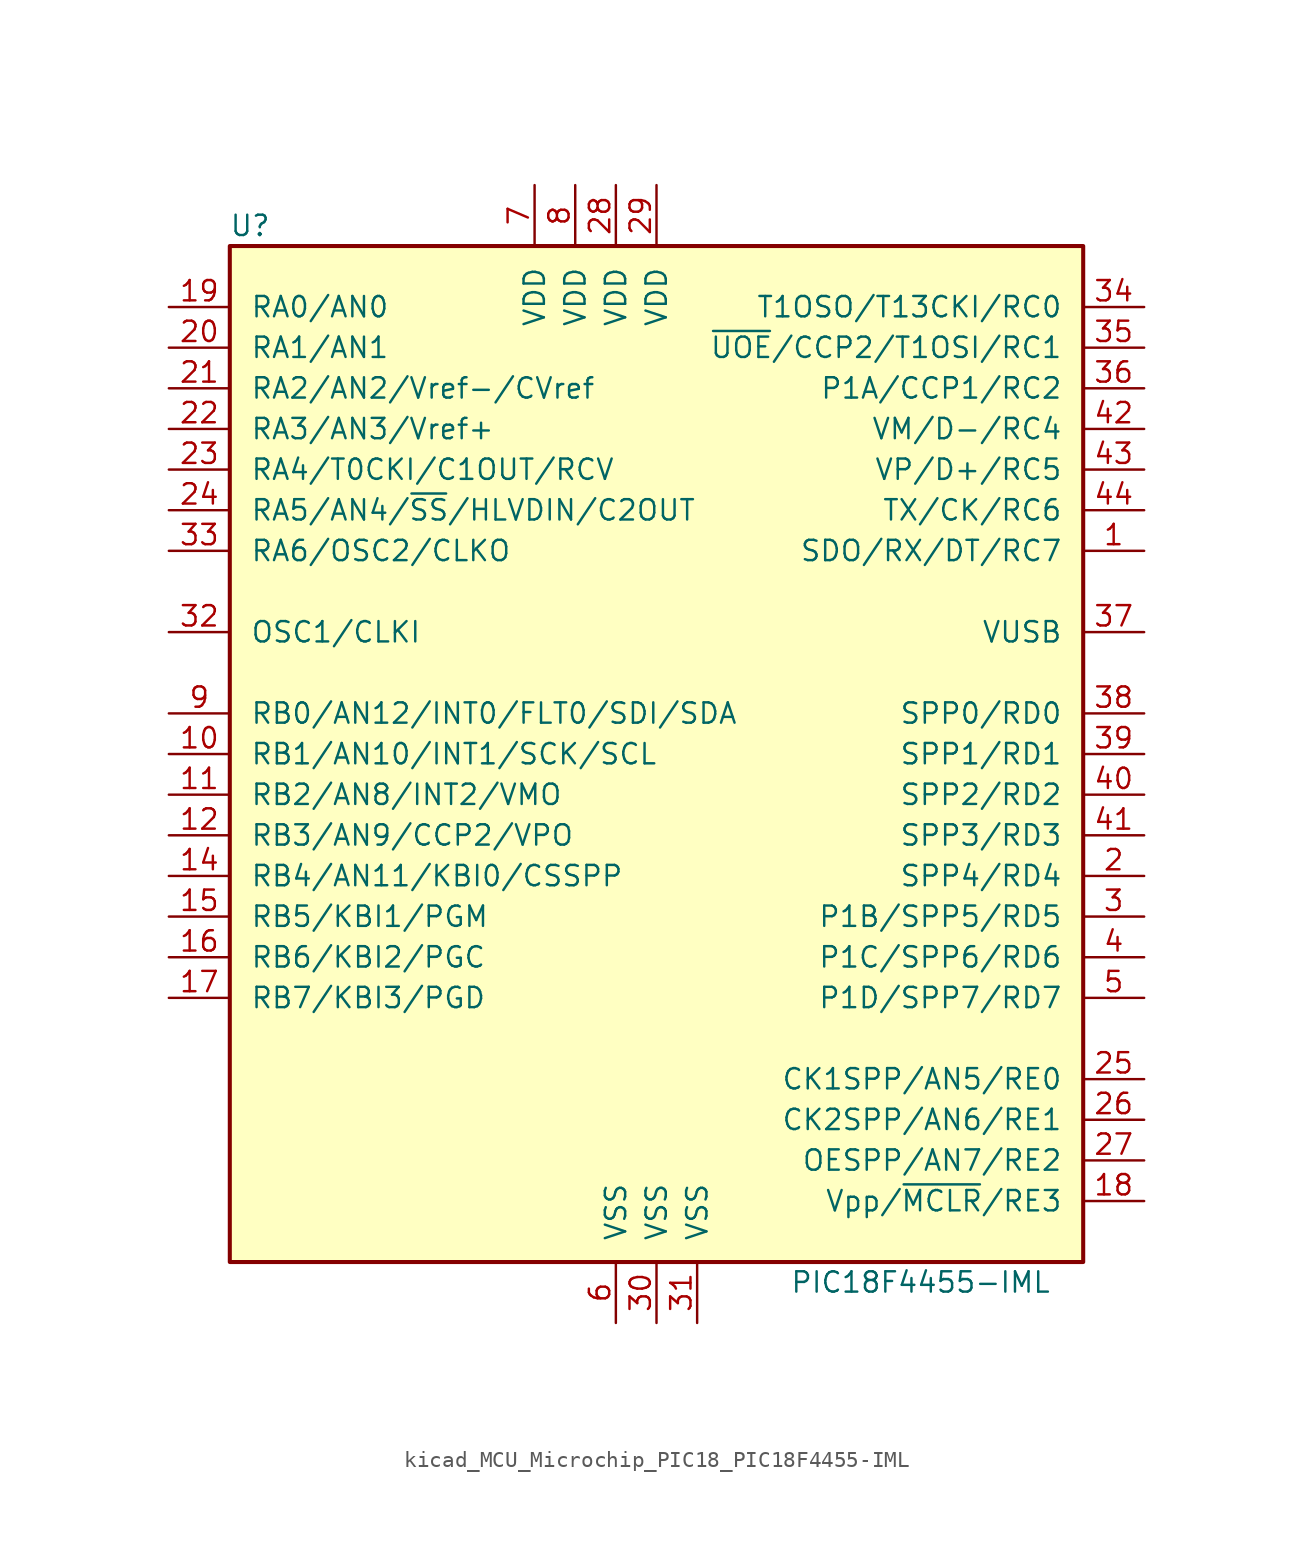
<source format=kicad_sym>
(kicad_symbol_lib
  (version 20220914)
  (generator kicad_symbol_editor)
  (symbol "kicad_MCU_Microchip_PIC18_PIC18F4455-IML"
    (pin_names
      (offset 1.27))
    (property "Reference" "U"
      (at -25.4 33.02 0)
      (effects (font (size 1.27 1.27))))
    (property "Value" "PIC18F4455-IML"
      (at 16.51 -33.02 0)
      (effects (font (size 1.27 1.27))))
    (symbol "kicad_MCU_Microchip_PIC18_PIC18F4455-IML_0_1"
      (rectangle (start -26.67 31.75) (end 26.67 -31.75) (stroke (width 0.254) (type default)) (fill (type background))))
    (symbol "kicad_MCU_Microchip_PIC18_PIC18F4455-IML_1_1"
      (pin bidirectional line (at 30.48 12.7 180) (length 3.81) (name "SDO/RX/DT/RC7" (effects (font (size 1.27 1.27)))) (number "1" (effects (font (size 1.27 1.27)))))
      (pin bidirectional line (at -30.48 0 0) (length 3.81) (name "RB1/AN10/INT1/SCK/SCL" (effects (font (size 1.27 1.27)))) (number "10" (effects (font (size 1.27 1.27)))))
      (pin bidirectional line (at -30.48 -2.54 0) (length 3.81) (name "RB2/AN8/INT2/VMO" (effects (font (size 1.27 1.27)))) (number "11" (effects (font (size 1.27 1.27)))))
      (pin bidirectional line (at -30.48 -5.08 0) (length 3.81) (name "RB3/AN9/CCP2/VPO" (effects (font (size 1.27 1.27)))) (number "12" (effects (font (size 1.27 1.27)))))
      (pin no_connect line (at -7.62 -31.75 90) (length 3.81) hide (name "NC" (effects (font (size 1.27 1.27)))) (number "13" (effects (font (size 1.27 1.27)))))
      (pin bidirectional line (at -30.48 -7.62 0) (length 3.81) (name "RB4/AN11/KBI0/CSSPP" (effects (font (size 1.27 1.27)))) (number "14" (effects (font (size 1.27 1.27)))))
      (pin bidirectional line (at -30.48 -10.16 0) (length 3.81) (name "RB5/KBI1/PGM" (effects (font (size 1.27 1.27)))) (number "15" (effects (font (size 1.27 1.27)))))
      (pin bidirectional line (at -30.48 -12.7 0) (length 3.81) (name "RB6/KBI2/PGC" (effects (font (size 1.27 1.27)))) (number "16" (effects (font (size 1.27 1.27)))))
      (pin bidirectional line (at -30.48 -15.24 0) (length 3.81) (name "RB7/KBI3/PGD" (effects (font (size 1.27 1.27)))) (number "17" (effects (font (size 1.27 1.27)))))
      (pin input line (at 30.48 -27.94 180) (length 3.81) (name "Vpp/~{MCLR}/RE3" (effects (font (size 1.27 1.27)))) (number "18" (effects (font (size 1.27 1.27)))))
      (pin bidirectional line (at -30.48 27.94 0) (length 3.81) (name "RA0/AN0" (effects (font (size 1.27 1.27)))) (number "19" (effects (font (size 1.27 1.27)))))
      (pin bidirectional line (at 30.48 -7.62 180) (length 3.81) (name "SPP4/RD4" (effects (font (size 1.27 1.27)))) (number "2" (effects (font (size 1.27 1.27)))))
      (pin bidirectional line (at -30.48 25.4 0) (length 3.81) (name "RA1/AN1" (effects (font (size 1.27 1.27)))) (number "20" (effects (font (size 1.27 1.27)))))
      (pin bidirectional line (at -30.48 22.86 0) (length 3.81) (name "RA2/AN2/Vref-/CVref" (effects (font (size 1.27 1.27)))) (number "21" (effects (font (size 1.27 1.27)))))
      (pin bidirectional line (at -30.48 20.32 0) (length 3.81) (name "RA3/AN3/Vref+" (effects (font (size 1.27 1.27)))) (number "22" (effects (font (size 1.27 1.27)))))
      (pin bidirectional line (at -30.48 17.78 0) (length 3.81) (name "RA4/T0CKI/C1OUT/RCV" (effects (font (size 1.27 1.27)))) (number "23" (effects (font (size 1.27 1.27)))))
      (pin bidirectional line (at -30.48 15.24 0) (length 3.81) (name "RA5/AN4/~{SS}/HLVDIN/C2OUT" (effects (font (size 1.27 1.27)))) (number "24" (effects (font (size 1.27 1.27)))))
      (pin bidirectional line (at 30.48 -20.32 180) (length 3.81) (name "CK1SPP/AN5/RE0" (effects (font (size 1.27 1.27)))) (number "25" (effects (font (size 1.27 1.27)))))
      (pin bidirectional line (at 30.48 -22.86 180) (length 3.81) (name "CK2SPP/AN6/RE1" (effects (font (size 1.27 1.27)))) (number "26" (effects (font (size 1.27 1.27)))))
      (pin bidirectional line (at 30.48 -25.4 180) (length 3.81) (name "OESPP/AN7/RE2" (effects (font (size 1.27 1.27)))) (number "27" (effects (font (size 1.27 1.27)))))
      (pin power_in line (at -2.54 35.56 270) (length 3.81) (name "VDD" (effects (font (size 1.27 1.27)))) (number "28" (effects (font (size 1.27 1.27)))))
      (pin power_in line (at 0 35.56 270) (length 3.81) (name "VDD" (effects (font (size 1.27 1.27)))) (number "29" (effects (font (size 1.27 1.27)))))
      (pin bidirectional line (at 30.48 -10.16 180) (length 3.81) (name "P1B/SPP5/RD5" (effects (font (size 1.27 1.27)))) (number "3" (effects (font (size 1.27 1.27)))))
      (pin power_in line (at 0 -35.56 90) (length 3.81) (name "VSS" (effects (font (size 1.27 1.27)))) (number "30" (effects (font (size 1.27 1.27)))))
      (pin power_in line (at 2.54 -35.56 90) (length 3.81) (name "VSS" (effects (font (size 1.27 1.27)))) (number "31" (effects (font (size 1.27 1.27)))))
      (pin input line (at -30.48 7.62 0) (length 3.81) (name "OSC1/CLKI" (effects (font (size 1.27 1.27)))) (number "32" (effects (font (size 1.27 1.27)))))
      (pin output line (at -30.48 12.7 0) (length 3.81) (name "RA6/OSC2/CLKO" (effects (font (size 1.27 1.27)))) (number "33" (effects (font (size 1.27 1.27)))))
      (pin bidirectional line (at 30.48 27.94 180) (length 3.81) (name "T1OSO/T13CKI/RC0" (effects (font (size 1.27 1.27)))) (number "34" (effects (font (size 1.27 1.27)))))
      (pin bidirectional line (at 30.48 25.4 180) (length 3.81) (name "~{UOE}/CCP2/T1OSI/RC1" (effects (font (size 1.27 1.27)))) (number "35" (effects (font (size 1.27 1.27)))))
      (pin bidirectional line (at 30.48 22.86 180) (length 3.81) (name "P1A/CCP1/RC2" (effects (font (size 1.27 1.27)))) (number "36" (effects (font (size 1.27 1.27)))))
      (pin bidirectional line (at 30.48 7.62 180) (length 3.81) (name "VUSB" (effects (font (size 1.27 1.27)))) (number "37" (effects (font (size 1.27 1.27)))))
      (pin bidirectional line (at 30.48 2.54 180) (length 3.81) (name "SPP0/RD0" (effects (font (size 1.27 1.27)))) (number "38" (effects (font (size 1.27 1.27)))))
      (pin bidirectional line (at 30.48 0 180) (length 3.81) (name "SPP1/RD1" (effects (font (size 1.27 1.27)))) (number "39" (effects (font (size 1.27 1.27)))))
      (pin bidirectional line (at 30.48 -12.7 180) (length 3.81) (name "P1C/SPP6/RD6" (effects (font (size 1.27 1.27)))) (number "4" (effects (font (size 1.27 1.27)))))
      (pin bidirectional line (at 30.48 -2.54 180) (length 3.81) (name "SPP2/RD2" (effects (font (size 1.27 1.27)))) (number "40" (effects (font (size 1.27 1.27)))))
      (pin bidirectional line (at 30.48 -5.08 180) (length 3.81) (name "SPP3/RD3" (effects (font (size 1.27 1.27)))) (number "41" (effects (font (size 1.27 1.27)))))
      (pin bidirectional line (at 30.48 20.32 180) (length 3.81) (name "VM/D-/RC4" (effects (font (size 1.27 1.27)))) (number "42" (effects (font (size 1.27 1.27)))))
      (pin bidirectional line (at 30.48 17.78 180) (length 3.81) (name "VP/D+/RC5" (effects (font (size 1.27 1.27)))) (number "43" (effects (font (size 1.27 1.27)))))
      (pin bidirectional line (at 30.48 15.24 180) (length 3.81) (name "TX/CK/RC6" (effects (font (size 1.27 1.27)))) (number "44" (effects (font (size 1.27 1.27)))))
      (pin bidirectional line (at 30.48 -15.24 180) (length 3.81) (name "P1D/SPP7/RD7" (effects (font (size 1.27 1.27)))) (number "5" (effects (font (size 1.27 1.27)))))
      (pin power_in line (at -2.54 -35.56 90) (length 3.81) (name "VSS" (effects (font (size 1.27 1.27)))) (number "6" (effects (font (size 1.27 1.27)))))
      (pin power_in line (at -7.62 35.56 270) (length 3.81) (name "VDD" (effects (font (size 1.27 1.27)))) (number "7" (effects (font (size 1.27 1.27)))))
      (pin power_in line (at -5.08 35.56 270) (length 3.81) (name "VDD" (effects (font (size 1.27 1.27)))) (number "8" (effects (font (size 1.27 1.27)))))
      (pin bidirectional line (at -30.48 2.54 0) (length 3.81) (name "RB0/AN12/INT0/FLT0/SDI/SDA" (effects (font (size 1.27 1.27)))) (number "9" (effects (font (size 1.27 1.27))))))))
</source>
